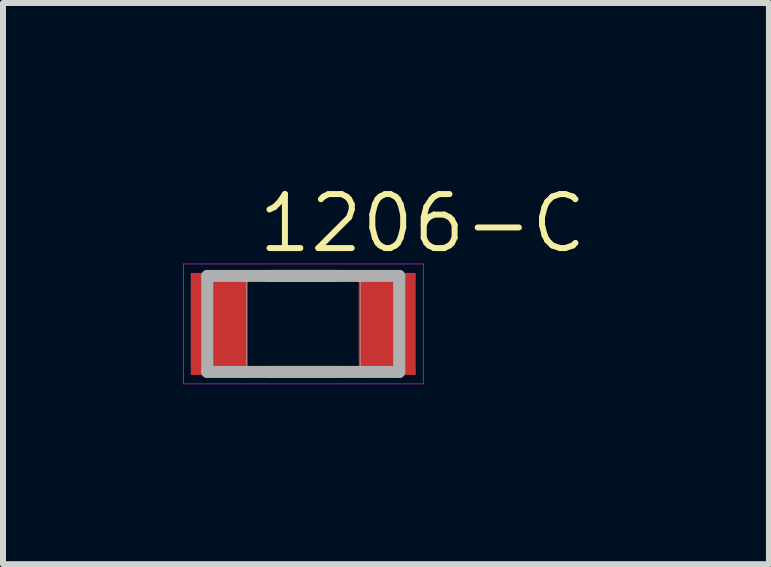
<source format=kicad_pcb>
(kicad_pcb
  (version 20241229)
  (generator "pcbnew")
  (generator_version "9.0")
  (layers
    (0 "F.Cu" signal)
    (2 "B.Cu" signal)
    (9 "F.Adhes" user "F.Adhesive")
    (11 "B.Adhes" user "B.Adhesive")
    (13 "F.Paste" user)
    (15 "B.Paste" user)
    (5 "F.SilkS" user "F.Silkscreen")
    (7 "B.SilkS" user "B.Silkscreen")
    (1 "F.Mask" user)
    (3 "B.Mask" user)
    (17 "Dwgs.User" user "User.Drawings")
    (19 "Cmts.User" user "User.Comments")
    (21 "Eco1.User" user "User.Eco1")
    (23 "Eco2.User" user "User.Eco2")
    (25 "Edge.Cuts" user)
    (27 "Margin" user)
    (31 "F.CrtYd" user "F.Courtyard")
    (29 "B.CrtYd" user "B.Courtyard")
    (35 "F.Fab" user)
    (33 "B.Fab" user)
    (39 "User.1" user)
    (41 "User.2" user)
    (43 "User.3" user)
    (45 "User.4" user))
  (footprint "1206-C"
    (layer "F.Cu")
    (at 2.005 2.35)
    (property "Reference" "1206-C" (at -0.8 -1.15 0) (layer "F.SilkS") (effects (font (size 0.9 0.9) (thickness 0.1)) (justify left bottom)))
    (fp_line (start -0.55 -0.8) (end 0.55 -0.8) (stroke (width 0.2) (type solid)) (layer "F.SilkS"))
    (fp_line (start -0.55 0.8) (end 0.55 0.8) (stroke (width 0.2) (type solid)) (layer "F.SilkS"))
    (fp_line (start -2 -1) (end -2 1) (stroke (width 0.01) (type solid)) (layer "F.CrtYd"))
    (fp_line (start -2 1) (end 2 1) (stroke (width 0.01) (type solid)) (layer "F.CrtYd"))
    (fp_line (start 2 -1) (end -2 -1) (stroke (width 0.01) (type solid)) (layer "F.CrtYd"))
    (fp_line (start 2 1) (end 2 -1) (stroke (width 0.01) (type solid)) (layer "F.CrtYd"))
    (fp_line (start -1.6 -0.8) (end -1.6 0.8) (stroke (width 0.2) (type solid)) (layer "F.Fab"))
    (fp_line (start -1.6 0.8) (end -0.95 0.8) (stroke (width 0.2) (type solid)) (layer "F.Fab"))
    (fp_line (start -0.95 -0.8) (end -1.6 -0.8) (stroke (width 0.2) (type solid)) (layer "F.Fab"))
    (fp_line (start -0.95 -0.8) (end -0.95 0.8) (stroke (width 0.01) (type solid)) (layer "F.Fab"))
    (fp_line (start -0.95 0.8) (end 0.95 0.8) (stroke (width 0.2) (type solid)) (layer "F.Fab"))
    (fp_line (start 0.95 -0.8) (end -0.95 -0.8) (stroke (width 0.2) (type solid)) (layer "F.Fab"))
    (fp_line (start 0.95 -0.8) (end 0.95 0.8) (stroke (width 0.01) (type solid)) (layer "F.Fab"))
    (fp_line (start 0.95 0.8) (end 1.6 0.8) (stroke (width 0.2) (type solid)) (layer "F.Fab"))
    (fp_line (start 1.6 -0.8) (end 0.95 -0.8) (stroke (width 0.2) (type solid)) (layer "F.Fab"))
    (fp_line (start 1.6 0.8) (end 1.6 -0.8) (stroke (width 0.2) (type solid)) (layer "F.Fab"))
    (pad "1" smd rect (at -1.4 0) (size 0.95 1.7) (layers "F.Cu" "F.Mask" "F.Paste"))
    (pad "2" smd rect (at 1.4 0) (size 0.95 1.7) (layers "F.Cu" "F.Mask" "F.Paste")))
  (gr_rect
    (start -3 -3)
    (end 9.768 6.355)
    (stroke (width 0.1) (type default))
    (fill no)
    (layer "Edge.Cuts")))
</source>
